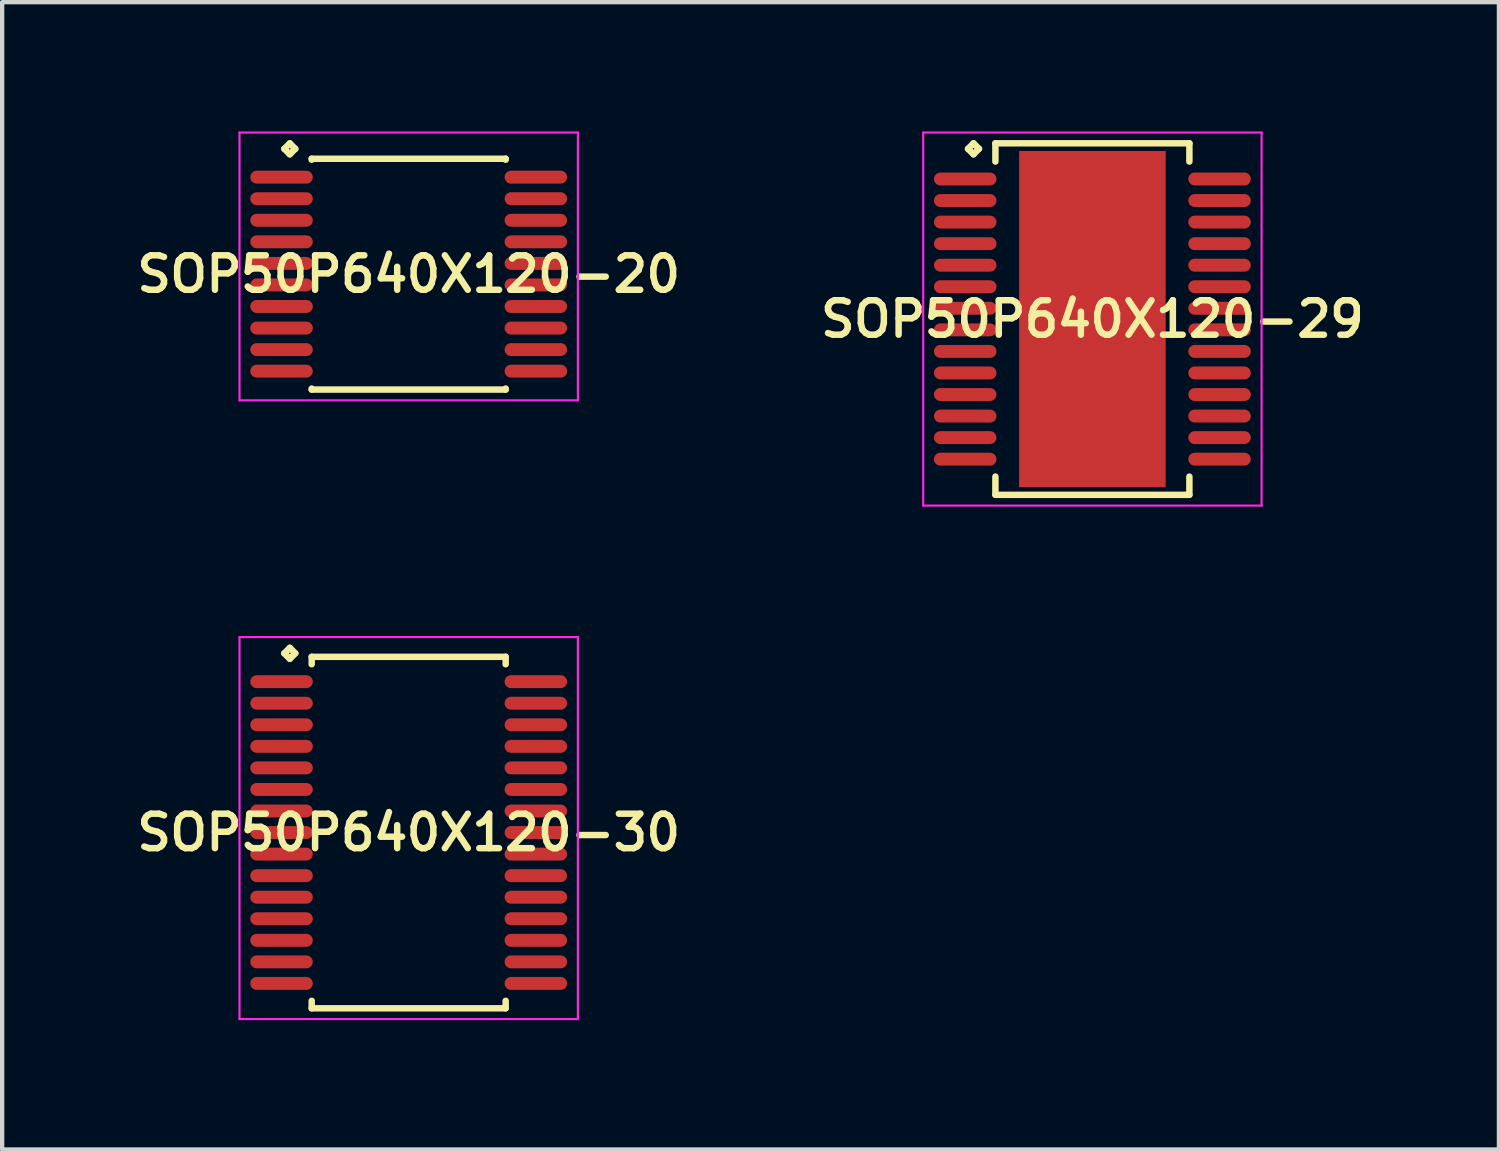
<source format=kicad_pcb>
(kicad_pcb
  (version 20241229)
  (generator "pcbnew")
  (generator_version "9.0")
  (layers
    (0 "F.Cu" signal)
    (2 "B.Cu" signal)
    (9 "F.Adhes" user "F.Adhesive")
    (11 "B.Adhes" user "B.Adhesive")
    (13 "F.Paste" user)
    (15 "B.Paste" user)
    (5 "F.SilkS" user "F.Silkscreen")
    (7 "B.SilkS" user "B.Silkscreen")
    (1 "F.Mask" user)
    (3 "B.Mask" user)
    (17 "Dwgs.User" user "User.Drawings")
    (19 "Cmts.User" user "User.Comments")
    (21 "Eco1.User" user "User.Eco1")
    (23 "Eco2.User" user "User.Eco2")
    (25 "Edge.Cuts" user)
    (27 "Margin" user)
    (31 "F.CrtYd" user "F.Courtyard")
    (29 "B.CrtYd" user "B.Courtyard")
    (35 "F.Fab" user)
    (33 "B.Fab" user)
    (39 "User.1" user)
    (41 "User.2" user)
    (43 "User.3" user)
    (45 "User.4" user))
  (footprint "SOP50P640X120-29"
    (layer "F.Cu")
    (at 22.292 4.352)
    (property "Reference" "SOP50P640X120-29" (at 0 0 0) (layer "F.SilkS") (effects (font (size 0.8 0.8) (thickness 0.15))))
    (attr smd)
    (fp_line (start -2.885 -3.95) (end -2.758 -4.077) (stroke (width 0.15) (type solid)) (layer "F.SilkS"))
    (fp_line (start -2.758 -4.077) (end -2.631 -3.95) (stroke (width 0.15) (type solid)) (layer "F.SilkS"))
    (fp_line (start -2.758 -3.823) (end -2.885 -3.95) (stroke (width 0.15) (type solid)) (layer "F.SilkS"))
    (fp_line (start -2.631 -3.95) (end -2.758 -3.823) (stroke (width 0.15) (type solid)) (layer "F.SilkS"))
    (fp_line (start -2.25 -4.077) (end 2.25 -4.077) (stroke (width 0.15) (type solid)) (layer "F.SilkS"))
    (fp_line (start -2.25 -3.654) (end -2.25 -4.077) (stroke (width 0.15) (type solid)) (layer "F.SilkS"))
    (fp_line (start -2.25 3.654) (end -2.25 4.077) (stroke (width 0.15) (type solid)) (layer "F.SilkS"))
    (fp_line (start -2.25 4.077) (end 2.25 4.077) (stroke (width 0.15) (type solid)) (layer "F.SilkS"))
    (fp_line (start 2.25 -4.077) (end 2.25 -3.654) (stroke (width 0.15) (type solid)) (layer "F.SilkS"))
    (fp_line (start 2.25 4.077) (end 2.25 3.654) (stroke (width 0.15) (type solid)) (layer "F.SilkS"))
    (fp_line (start -3.925 -4.327) (end 3.925 -4.327) (stroke (width 0.05) (type solid)) (layer "F.CrtYd"))
    (fp_line (start -3.925 4.327) (end -3.925 -4.327) (stroke (width 0.05) (type solid)) (layer "F.CrtYd"))
    (fp_line (start 3.925 -4.327) (end 3.925 4.327) (stroke (width 0.05) (type solid)) (layer "F.CrtYd"))
    (fp_line (start 3.925 4.327) (end -3.925 4.327) (stroke (width 0.05) (type solid)) (layer "F.CrtYd"))
    (pad "1" smd oval (at -2.95 -3.25) (size 1.45 0.3) (layers "F.Cu" "F.Mask" "F.Paste"))
    (pad "2" smd oval (at -2.95 -2.75) (size 1.45 0.3) (layers "F.Cu" "F.Mask" "F.Paste"))
    (pad "3" smd oval (at -2.95 -2.25) (size 1.45 0.3) (layers "F.Cu" "F.Mask" "F.Paste"))
    (pad "4" smd oval (at -2.95 -1.75) (size 1.45 0.3) (layers "F.Cu" "F.Mask" "F.Paste"))
    (pad "5" smd oval (at -2.95 -1.25) (size 1.45 0.3) (layers "F.Cu" "F.Mask" "F.Paste"))
    (pad "6" smd oval (at -2.95 -0.75) (size 1.45 0.3) (layers "F.Cu" "F.Mask" "F.Paste"))
    (pad "7" smd oval (at -2.95 -0.25) (size 1.45 0.3) (layers "F.Cu" "F.Mask" "F.Paste"))
    (pad "8" smd oval (at -2.95 0.25) (size 1.45 0.3) (layers "F.Cu" "F.Mask" "F.Paste"))
    (pad "9" smd oval (at -2.95 0.75) (size 1.45 0.3) (layers "F.Cu" "F.Mask" "F.Paste"))
    (pad "10" smd oval (at -2.95 1.25) (size 1.45 0.3) (layers "F.Cu" "F.Mask" "F.Paste"))
    (pad "11" smd oval (at -2.95 1.75) (size 1.45 0.3) (layers "F.Cu" "F.Mask" "F.Paste"))
    (pad "12" smd oval (at -2.95 2.25) (size 1.45 0.3) (layers "F.Cu" "F.Mask" "F.Paste"))
    (pad "13" smd oval (at -2.95 2.75) (size 1.45 0.3) (layers "F.Cu" "F.Mask" "F.Paste"))
    (pad "14" smd oval (at -2.95 3.25) (size 1.45 0.3) (layers "F.Cu" "F.Mask" "F.Paste"))
    (pad "15" smd oval (at 2.95 3.25) (size 1.45 0.3) (layers "F.Cu" "F.Mask" "F.Paste"))
    (pad "16" smd oval (at 2.95 2.75) (size 1.45 0.3) (layers "F.Cu" "F.Mask" "F.Paste"))
    (pad "17" smd oval (at 2.95 2.25) (size 1.45 0.3) (layers "F.Cu" "F.Mask" "F.Paste"))
    (pad "18" smd oval (at 2.95 1.75) (size 1.45 0.3) (layers "F.Cu" "F.Mask" "F.Paste"))
    (pad "19" smd oval (at 2.95 1.25) (size 1.45 0.3) (layers "F.Cu" "F.Mask" "F.Paste"))
    (pad "20" smd oval (at 2.95 0.75) (size 1.45 0.3) (layers "F.Cu" "F.Mask" "F.Paste"))
    (pad "21" smd oval (at 2.95 0.25) (size 1.45 0.3) (layers "F.Cu" "F.Mask" "F.Paste"))
    (pad "22" smd oval (at 2.95 -0.25) (size 1.45 0.3) (layers "F.Cu" "F.Mask" "F.Paste"))
    (pad "23" smd oval (at 2.95 -0.75) (size 1.45 0.3) (layers "F.Cu" "F.Mask" "F.Paste"))
    (pad "24" smd oval (at 2.95 -1.25) (size 1.45 0.3) (layers "F.Cu" "F.Mask" "F.Paste"))
    (pad "25" smd oval (at 2.95 -1.75) (size 1.45 0.3) (layers "F.Cu" "F.Mask" "F.Paste"))
    (pad "26" smd oval (at 2.95 -2.25) (size 1.45 0.3) (layers "F.Cu" "F.Mask" "F.Paste"))
    (pad "27" smd oval (at 2.95 -2.75) (size 1.45 0.3) (layers "F.Cu" "F.Mask" "F.Paste"))
    (pad "28" smd oval (at 2.95 -3.25) (size 1.45 0.3) (layers "F.Cu" "F.Mask" "F.Paste"))
    (pad "29" smd rect (at 0 0) (size 3.4 7.8) (layers "F.Cu" "F.Mask" "F.Paste")))
  (footprint "SOP50P640X120-20"
    (layer "F.Cu")
    (at 6.431 3.31)
    (property "Reference" "SOP50P640X120-20" (at 0 0 0) (layer "F.SilkS") (effects (font (size 0.8 0.8) (thickness 0.15))))
    (attr smd)
    (fp_line (start -2.885 -2.908) (end -2.758 -3.035) (stroke (width 0.15) (type solid)) (layer "F.SilkS"))
    (fp_line (start -2.758 -3.035) (end -2.631 -2.908) (stroke (width 0.15) (type solid)) (layer "F.SilkS"))
    (fp_line (start -2.758 -2.781) (end -2.885 -2.908) (stroke (width 0.15) (type solid)) (layer "F.SilkS"))
    (fp_line (start -2.631 -2.908) (end -2.758 -2.781) (stroke (width 0.15) (type solid)) (layer "F.SilkS"))
    (fp_line (start -2.25 -2.677) (end 2.25 -2.677) (stroke (width 0.15) (type solid)) (layer "F.SilkS"))
    (fp_line (start -2.25 -2.654) (end -2.25 -2.677) (stroke (width 0.15) (type solid)) (layer "F.SilkS"))
    (fp_line (start -2.25 2.654) (end -2.25 2.677) (stroke (width 0.15) (type solid)) (layer "F.SilkS"))
    (fp_line (start -2.25 2.677) (end 2.25 2.677) (stroke (width 0.15) (type solid)) (layer "F.SilkS"))
    (fp_line (start 2.25 -2.677) (end 2.25 -2.654) (stroke (width 0.15) (type solid)) (layer "F.SilkS"))
    (fp_line (start 2.25 2.677) (end 2.25 2.654) (stroke (width 0.15) (type solid)) (layer "F.SilkS"))
    (fp_line (start -3.925 -3.285) (end 3.925 -3.285) (stroke (width 0.05) (type solid)) (layer "F.CrtYd"))
    (fp_line (start -3.925 2.927) (end -3.925 -3.285) (stroke (width 0.05) (type solid)) (layer "F.CrtYd"))
    (fp_line (start 3.925 -3.285) (end 3.925 2.927) (stroke (width 0.05) (type solid)) (layer "F.CrtYd"))
    (fp_line (start 3.925 2.927) (end -3.925 2.927) (stroke (width 0.05) (type solid)) (layer "F.CrtYd"))
    (pad "1" smd oval (at -2.95 -2.25) (size 1.45 0.3) (layers "F.Cu" "F.Mask" "F.Paste"))
    (pad "2" smd oval (at -2.95 -1.75) (size 1.45 0.3) (layers "F.Cu" "F.Mask" "F.Paste"))
    (pad "3" smd oval (at -2.95 -1.25) (size 1.45 0.3) (layers "F.Cu" "F.Mask" "F.Paste"))
    (pad "4" smd oval (at -2.95 -0.75) (size 1.45 0.3) (layers "F.Cu" "F.Mask" "F.Paste"))
    (pad "5" smd oval (at -2.95 -0.25) (size 1.45 0.3) (layers "F.Cu" "F.Mask" "F.Paste"))
    (pad "6" smd oval (at -2.95 0.25) (size 1.45 0.3) (layers "F.Cu" "F.Mask" "F.Paste"))
    (pad "7" smd oval (at -2.95 0.75) (size 1.45 0.3) (layers "F.Cu" "F.Mask" "F.Paste"))
    (pad "8" smd oval (at -2.95 1.25) (size 1.45 0.3) (layers "F.Cu" "F.Mask" "F.Paste"))
    (pad "9" smd oval (at -2.95 1.75) (size 1.45 0.3) (layers "F.Cu" "F.Mask" "F.Paste"))
    (pad "10" smd oval (at -2.95 2.25) (size 1.45 0.3) (layers "F.Cu" "F.Mask" "F.Paste"))
    (pad "11" smd oval (at 2.95 2.25) (size 1.45 0.3) (layers "F.Cu" "F.Mask" "F.Paste"))
    (pad "12" smd oval (at 2.95 1.75) (size 1.45 0.3) (layers "F.Cu" "F.Mask" "F.Paste"))
    (pad "13" smd oval (at 2.95 1.25) (size 1.45 0.3) (layers "F.Cu" "F.Mask" "F.Paste"))
    (pad "14" smd oval (at 2.95 0.75) (size 1.45 0.3) (layers "F.Cu" "F.Mask" "F.Paste"))
    (pad "15" smd oval (at 2.95 0.25) (size 1.45 0.3) (layers "F.Cu" "F.Mask" "F.Paste"))
    (pad "16" smd oval (at 2.95 -0.25) (size 1.45 0.3) (layers "F.Cu" "F.Mask" "F.Paste"))
    (pad "17" smd oval (at 2.95 -0.75) (size 1.45 0.3) (layers "F.Cu" "F.Mask" "F.Paste"))
    (pad "18" smd oval (at 2.95 -1.25) (size 1.45 0.3) (layers "F.Cu" "F.Mask" "F.Paste"))
    (pad "19" smd oval (at 2.95 -1.75) (size 1.45 0.3) (layers "F.Cu" "F.Mask" "F.Paste"))
    (pad "20" smd oval (at 2.95 -2.25) (size 1.45 0.3) (layers "F.Cu" "F.Mask" "F.Paste")))
  (footprint "SOP50P640X120-30"
    (layer "F.Cu")
    (at 6.431 16.264)
    (property "Reference" "SOP50P640X120-30" (at 0 0 0) (layer "F.SilkS") (effects (font (size 0.8 0.8) (thickness 0.15))))
    (attr smd)
    (fp_line (start -2.885 -4.158) (end -2.758 -4.285) (stroke (width 0.15) (type solid)) (layer "F.SilkS"))
    (fp_line (start -2.758 -4.285) (end -2.631 -4.158) (stroke (width 0.15) (type solid)) (layer "F.SilkS"))
    (fp_line (start -2.758 -4.031) (end -2.885 -4.158) (stroke (width 0.15) (type solid)) (layer "F.SilkS"))
    (fp_line (start -2.631 -4.158) (end -2.758 -4.031) (stroke (width 0.15) (type solid)) (layer "F.SilkS"))
    (fp_line (start -2.25 -4.077) (end 2.25 -4.077) (stroke (width 0.15) (type solid)) (layer "F.SilkS"))
    (fp_line (start -2.25 -3.904) (end -2.25 -4.077) (stroke (width 0.15) (type solid)) (layer "F.SilkS"))
    (fp_line (start -2.25 3.904) (end -2.25 4.077) (stroke (width 0.15) (type solid)) (layer "F.SilkS"))
    (fp_line (start -2.25 4.077) (end 2.25 4.077) (stroke (width 0.15) (type solid)) (layer "F.SilkS"))
    (fp_line (start 2.25 -4.077) (end 2.25 -3.904) (stroke (width 0.15) (type solid)) (layer "F.SilkS"))
    (fp_line (start 2.25 4.077) (end 2.25 3.904) (stroke (width 0.15) (type solid)) (layer "F.SilkS"))
    (fp_line (start -3.925 -4.535) (end 3.925 -4.535) (stroke (width 0.05) (type solid)) (layer "F.CrtYd"))
    (fp_line (start -3.925 4.327) (end -3.925 -4.535) (stroke (width 0.05) (type solid)) (layer "F.CrtYd"))
    (fp_line (start 3.925 -4.535) (end 3.925 4.327) (stroke (width 0.05) (type solid)) (layer "F.CrtYd"))
    (fp_line (start 3.925 4.327) (end -3.925 4.327) (stroke (width 0.05) (type solid)) (layer "F.CrtYd"))
    (pad "1" smd oval (at -2.95 -3.5) (size 1.45 0.3) (layers "F.Cu" "F.Mask" "F.Paste"))
    (pad "2" smd oval (at -2.95 -3) (size 1.45 0.3) (layers "F.Cu" "F.Mask" "F.Paste"))
    (pad "3" smd oval (at -2.95 -2.5) (size 1.45 0.3) (layers "F.Cu" "F.Mask" "F.Paste"))
    (pad "4" smd oval (at -2.95 -2) (size 1.45 0.3) (layers "F.Cu" "F.Mask" "F.Paste"))
    (pad "5" smd oval (at -2.95 -1.5) (size 1.45 0.3) (layers "F.Cu" "F.Mask" "F.Paste"))
    (pad "6" smd oval (at -2.95 -1) (size 1.45 0.3) (layers "F.Cu" "F.Mask" "F.Paste"))
    (pad "7" smd oval (at -2.95 -0.5) (size 1.45 0.3) (layers "F.Cu" "F.Mask" "F.Paste"))
    (pad "8" smd oval (at -2.95 0) (size 1.45 0.3) (layers "F.Cu" "F.Mask" "F.Paste"))
    (pad "9" smd oval (at -2.95 0.5) (size 1.45 0.3) (layers "F.Cu" "F.Mask" "F.Paste"))
    (pad "10" smd oval (at -2.95 1) (size 1.45 0.3) (layers "F.Cu" "F.Mask" "F.Paste"))
    (pad "11" smd oval (at -2.95 1.5) (size 1.45 0.3) (layers "F.Cu" "F.Mask" "F.Paste"))
    (pad "12" smd oval (at -2.95 2) (size 1.45 0.3) (layers "F.Cu" "F.Mask" "F.Paste"))
    (pad "13" smd oval (at -2.95 2.5) (size 1.45 0.3) (layers "F.Cu" "F.Mask" "F.Paste"))
    (pad "14" smd oval (at -2.95 3) (size 1.45 0.3) (layers "F.Cu" "F.Mask" "F.Paste"))
    (pad "15" smd oval (at -2.95 3.5) (size 1.45 0.3) (layers "F.Cu" "F.Mask" "F.Paste"))
    (pad "16" smd oval (at 2.95 3.5) (size 1.45 0.3) (layers "F.Cu" "F.Mask" "F.Paste"))
    (pad "17" smd oval (at 2.95 3) (size 1.45 0.3) (layers "F.Cu" "F.Mask" "F.Paste"))
    (pad "18" smd oval (at 2.95 2.5) (size 1.45 0.3) (layers "F.Cu" "F.Mask" "F.Paste"))
    (pad "19" smd oval (at 2.95 2) (size 1.45 0.3) (layers "F.Cu" "F.Mask" "F.Paste"))
    (pad "20" smd oval (at 2.95 1.5) (size 1.45 0.3) (layers "F.Cu" "F.Mask" "F.Paste"))
    (pad "21" smd oval (at 2.95 1) (size 1.45 0.3) (layers "F.Cu" "F.Mask" "F.Paste"))
    (pad "22" smd oval (at 2.95 0.5) (size 1.45 0.3) (layers "F.Cu" "F.Mask" "F.Paste"))
    (pad "23" smd oval (at 2.95 0) (size 1.45 0.3) (layers "F.Cu" "F.Mask" "F.Paste"))
    (pad "24" smd oval (at 2.95 -0.5) (size 1.45 0.3) (layers "F.Cu" "F.Mask" "F.Paste"))
    (pad "25" smd oval (at 2.95 -1) (size 1.45 0.3) (layers "F.Cu" "F.Mask" "F.Paste"))
    (pad "26" smd oval (at 2.95 -1.5) (size 1.45 0.3) (layers "F.Cu" "F.Mask" "F.Paste"))
    (pad "27" smd oval (at 2.95 -2) (size 1.45 0.3) (layers "F.Cu" "F.Mask" "F.Paste"))
    (pad "28" smd oval (at 2.95 -2.5) (size 1.45 0.3) (layers "F.Cu" "F.Mask" "F.Paste"))
    (pad "29" smd oval (at 2.95 -3) (size 1.45 0.3) (layers "F.Cu" "F.Mask" "F.Paste"))
    (pad "30" smd oval (at 2.95 -3.5) (size 1.45 0.3) (layers "F.Cu" "F.Mask" "F.Paste")))
  (gr_rect
    (start -3 -3)
    (end 31.723 23.616)
    (stroke (width 0.1) (type default))
    (fill no)
    (layer "Edge.Cuts")))
</source>
